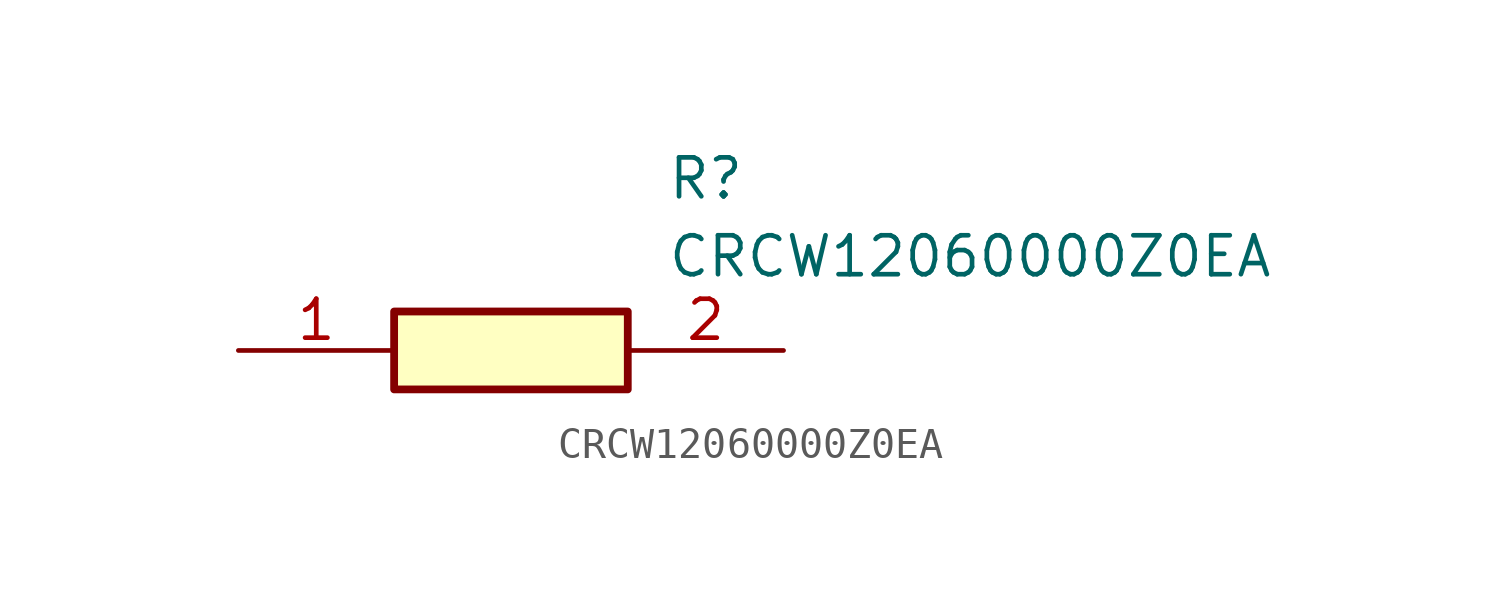
<source format=kicad_sym>
(kicad_symbol_lib
  (version 20211014)
  (generator SamacSys_ECAD_Model)
  (symbol "CRCW12060000Z0EA"
    (pin_names hide)
    (property "Reference" "R"
      (at 13.97 6.35 0)
      (effects (font (size 1.27 1.27)) (justify left top)))
    (property "Value" "CRCW12060000Z0EA"
      (at 13.97 3.81 0)
      (effects (font (size 1.27 1.27)) (justify left top)))
    (rectangle
      (start 5.08 1.27)
      (end 12.7 -1.27)
      (stroke (width 0.254) (type default))
      (fill (type background)))
    (pin passive line
      (at 0 0 0)
      (length 5.08)
      (name "1" (effects (font (size 1.27 1.27))))
      (number "1" (effects (font (size 1.27 1.27)))))
    (pin passive line
      (at 17.78 0 180)
      (length 5.08)
      (name "2" (effects (font (size 1.27 1.27))))
      (number "2" (effects (font (size 1.27 1.27)))))))
</source>
